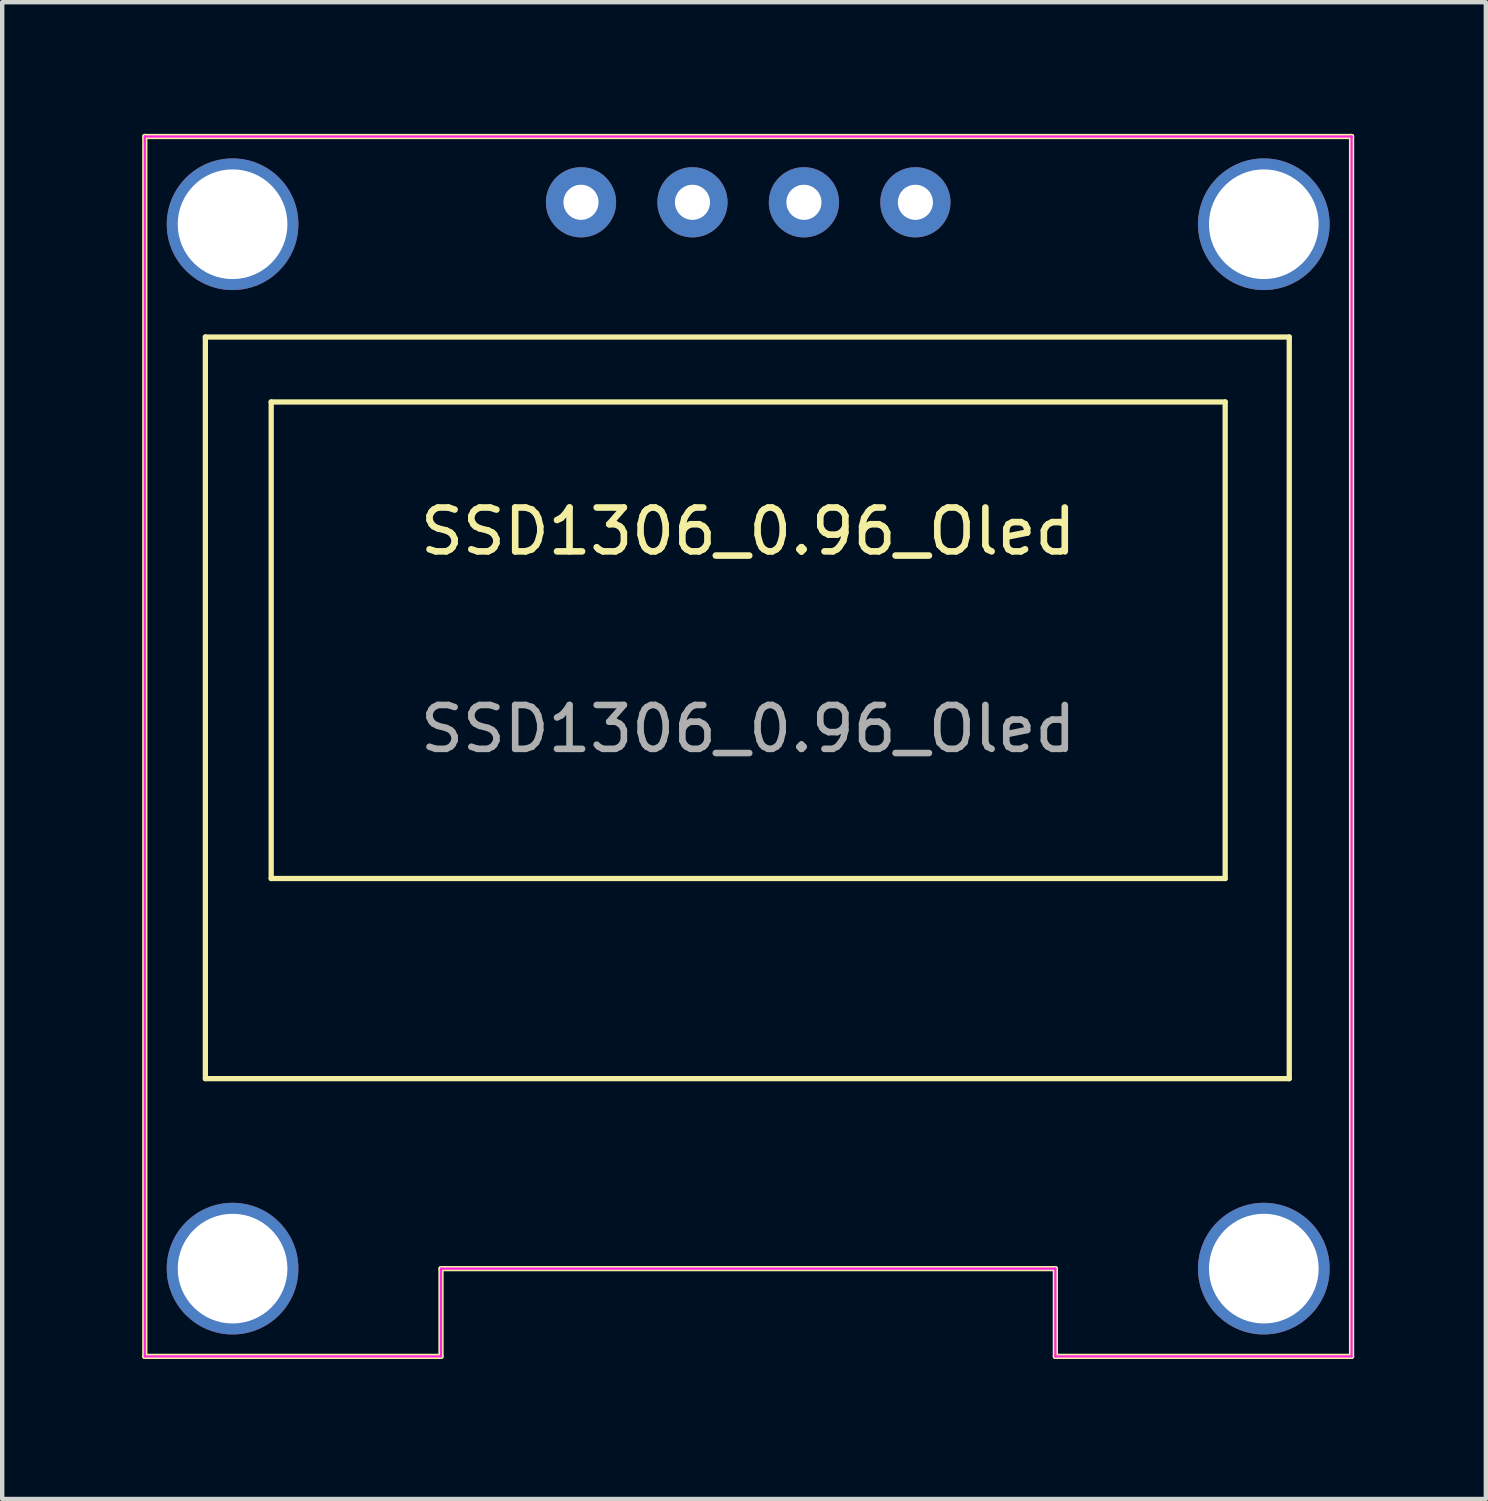
<source format=kicad_pcb>
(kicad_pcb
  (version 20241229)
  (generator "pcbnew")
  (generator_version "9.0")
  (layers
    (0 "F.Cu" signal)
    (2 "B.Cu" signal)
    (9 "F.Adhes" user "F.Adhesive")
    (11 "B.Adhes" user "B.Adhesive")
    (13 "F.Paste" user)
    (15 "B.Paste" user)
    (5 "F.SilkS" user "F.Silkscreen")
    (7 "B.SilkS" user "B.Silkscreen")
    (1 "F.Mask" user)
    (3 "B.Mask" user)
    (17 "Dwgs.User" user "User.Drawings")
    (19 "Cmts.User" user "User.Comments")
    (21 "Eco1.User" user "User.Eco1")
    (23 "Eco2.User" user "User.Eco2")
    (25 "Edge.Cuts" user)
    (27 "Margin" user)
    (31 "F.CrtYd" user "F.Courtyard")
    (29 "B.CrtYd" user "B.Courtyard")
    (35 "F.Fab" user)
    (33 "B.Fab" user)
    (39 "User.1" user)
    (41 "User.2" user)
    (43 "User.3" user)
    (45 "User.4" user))
  (footprint "SSD1306_0.96_Oled"
    (layer "F.Cu")
    (at 0.25 27.86)
    (property "Reference" "SSD1306_0.96_Oled" (at 13.75 -18.8 0) (unlocked yes) (layer "F.SilkS") (effects (font (size 1 1) (thickness 0.15))))
    (attr through_hole)
    (fp_line (start 0 -27.8) (end 0 0) (stroke (width 0.12) (type solid)) (layer "F.SilkS"))
    (fp_line (start 0 0) (end 6.75 0) (stroke (width 0.12) (type solid)) (layer "F.SilkS"))
    (fp_line (start 1.38 -23.23) (end 1.38 -6.33) (stroke (width 0.12) (type solid)) (layer "F.SilkS"))
    (fp_line (start 1.38 -6.33) (end 26.08 -6.33) (stroke (width 0.12) (type solid)) (layer "F.SilkS"))
    (fp_line (start 2.88 -21.75) (end 2.88 -10.89) (stroke (width 0.12) (type solid)) (layer "F.SilkS"))
    (fp_line (start 2.88 -10.89) (end 24.62 -10.89) (stroke (width 0.12) (type solid)) (layer "F.SilkS"))
    (fp_line (start 6.75 -2) (end 20.75 -2) (stroke (width 0.12) (type solid)) (layer "F.SilkS"))
    (fp_line (start 6.75 0) (end 6.75 -2) (stroke (width 0.12) (type solid)) (layer "F.SilkS"))
    (fp_line (start 20.75 -2) (end 20.75 0) (stroke (width 0.12) (type solid)) (layer "F.SilkS"))
    (fp_line (start 20.75 0) (end 27.5 0) (stroke (width 0.12) (type solid)) (layer "F.SilkS"))
    (fp_line (start 24.62 -21.75) (end 2.88 -21.75) (stroke (width 0.12) (type solid)) (layer "F.SilkS"))
    (fp_line (start 24.62 -10.89) (end 24.62 -21.75) (stroke (width 0.12) (type solid)) (layer "F.SilkS"))
    (fp_line (start 26.08 -23.23) (end 1.38 -23.23) (stroke (width 0.12) (type solid)) (layer "F.SilkS"))
    (fp_line (start 26.08 -6.33) (end 26.08 -23.23) (stroke (width 0.12) (type solid)) (layer "F.SilkS"))
    (fp_line (start 27.5 -27.8) (end 0 -27.8) (stroke (width 0.12) (type solid)) (layer "F.SilkS"))
    (fp_line (start 27.5 0) (end 27.5 -27.8) (stroke (width 0.12) (type solid)) (layer "F.SilkS"))
    (fp_line (start 0 -27.8) (end 0 0) (stroke (width 0.05) (type solid)) (layer "F.CrtYd"))
    (fp_line (start 0 0) (end 6.75 0) (stroke (width 0.05) (type solid)) (layer "F.CrtYd"))
    (fp_line (start 6.75 -2) (end 20.75 -2) (stroke (width 0.05) (type solid)) (layer "F.CrtYd"))
    (fp_line (start 6.75 0) (end 6.75 -2) (stroke (width 0.05) (type solid)) (layer "F.CrtYd"))
    (fp_line (start 20.75 -2) (end 20.75 0) (stroke (width 0.05) (type solid)) (layer "F.CrtYd"))
    (fp_line (start 20.75 0) (end 27.5 0) (stroke (width 0.05) (type solid)) (layer "F.CrtYd"))
    (fp_line (start 27.5 -27.8) (end 0 -27.8) (stroke (width 0.05) (type solid)) (layer "F.CrtYd"))
    (fp_line (start 27.5 0) (end 27.5 -27.8) (stroke (width 0.05) (type solid)) (layer "F.CrtYd"))
    (fp_text user "${REFERENCE}" (at 13.75 -14.3 0) (unlocked yes) (layer "F.Fab") (effects (font (size 1 1) (thickness 0.15))))
    (pad "" np_thru_hole circle (at 2 -25.8) (size 3 3) (drill 2.5) (layers "*.Cu" "*.Mask"))
    (pad "" np_thru_hole circle (at 2 -2) (size 3 3) (drill 2.5) (layers "*.Cu" "*.Mask"))
    (pad "" np_thru_hole circle (at 25.5 -25.8) (size 3 3) (drill 2.5) (layers "*.Cu" "*.Mask"))
    (pad "" np_thru_hole circle (at 25.5 -2) (size 3 3) (drill 2.5) (layers "*.Cu" "*.Mask"))
    (pad "1" thru_hole circle (at 9.94 -26.3) (size 1.6 1.6) (drill 0.8) (layers "*.Cu" "*.Mask"))
    (pad "2" thru_hole circle (at 12.48 -26.3) (size 1.6 1.6) (drill 0.8) (layers "*.Cu" "*.Mask"))
    (pad "3" thru_hole circle (at 15.02 -26.3) (size 1.6 1.6) (drill 0.8) (layers "*.Cu" "*.Mask"))
    (pad "4" thru_hole circle (at 17.56 -26.3) (size 1.6 1.6) (drill 0.8) (layers "*.Cu" "*.Mask")))
  (gr_rect
    (start -3 -3)
    (end 30.81 31.11)
    (stroke (width 0.1) (type default))
    (fill no)
    (layer "Edge.Cuts")))
</source>
